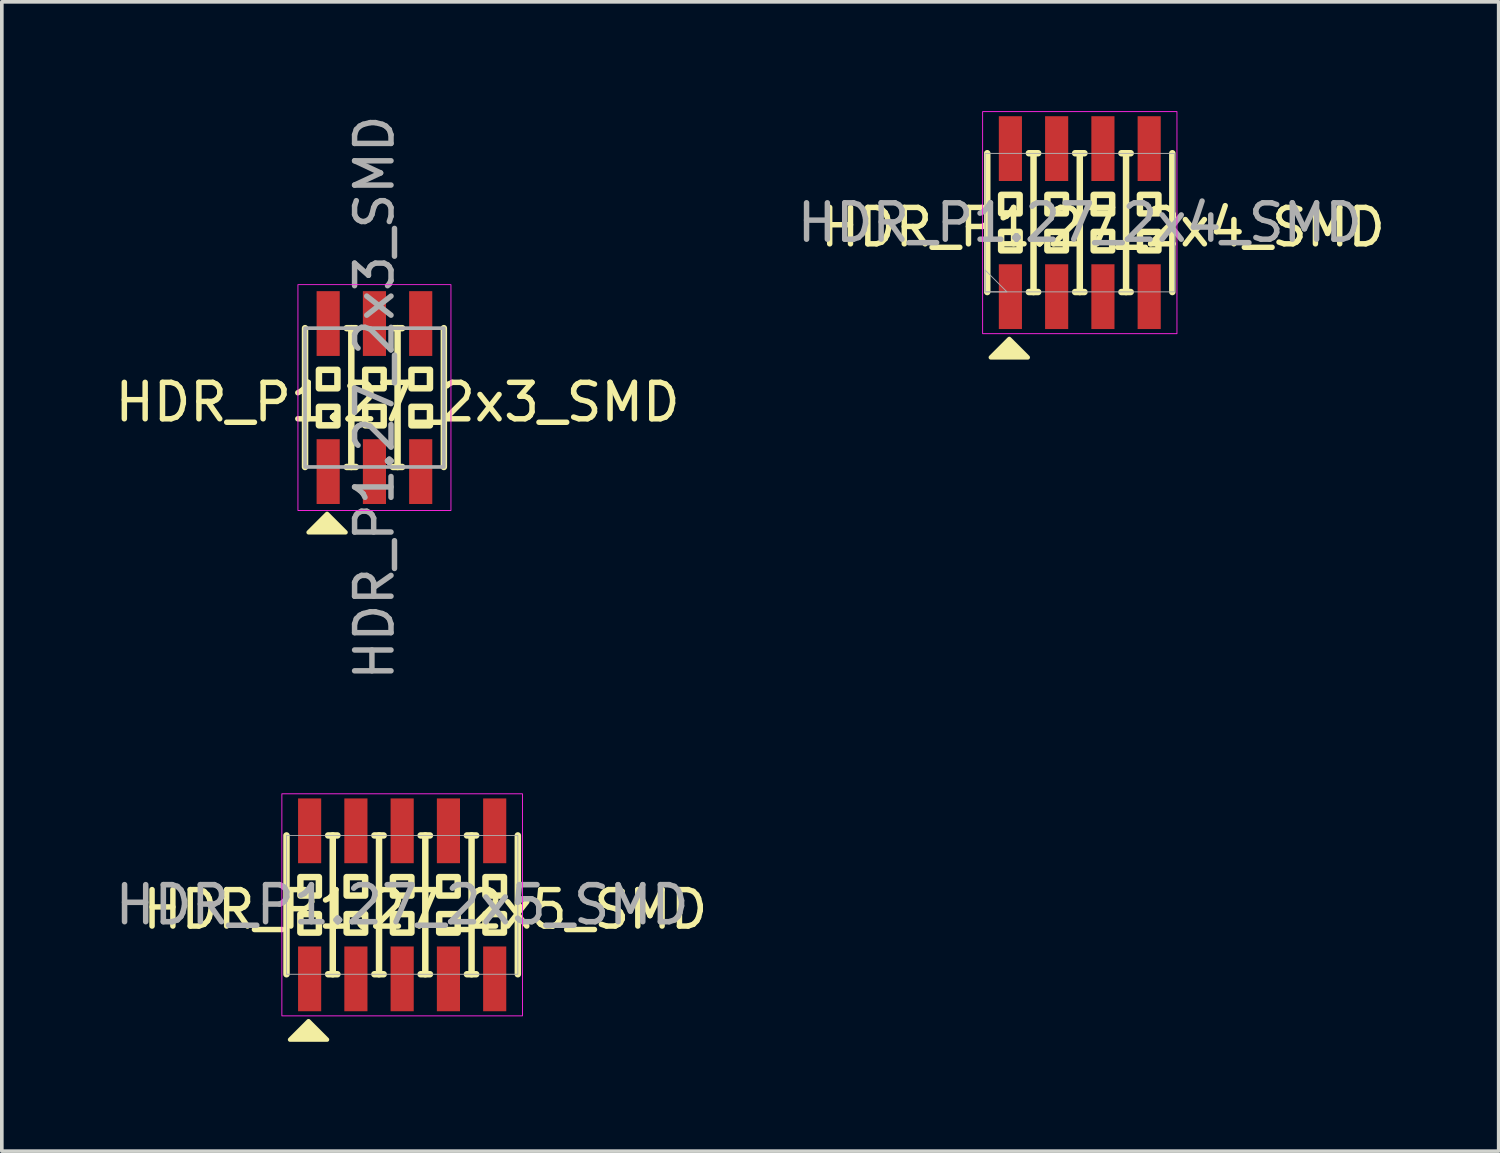
<source format=kicad_pcb>
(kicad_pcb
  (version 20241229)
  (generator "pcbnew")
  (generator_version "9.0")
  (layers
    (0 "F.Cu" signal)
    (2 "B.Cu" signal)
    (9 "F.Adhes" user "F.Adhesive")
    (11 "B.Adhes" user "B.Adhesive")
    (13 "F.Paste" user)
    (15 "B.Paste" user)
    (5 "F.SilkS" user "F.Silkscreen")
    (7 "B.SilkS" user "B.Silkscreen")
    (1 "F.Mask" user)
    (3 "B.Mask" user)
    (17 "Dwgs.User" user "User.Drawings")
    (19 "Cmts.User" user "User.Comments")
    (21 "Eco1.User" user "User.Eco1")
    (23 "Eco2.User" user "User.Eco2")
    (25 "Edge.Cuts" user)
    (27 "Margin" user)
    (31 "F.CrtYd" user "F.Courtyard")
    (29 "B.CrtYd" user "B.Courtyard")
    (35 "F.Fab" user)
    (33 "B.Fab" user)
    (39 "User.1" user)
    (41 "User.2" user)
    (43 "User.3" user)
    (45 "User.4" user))
  (footprint "HDR_P1.27_2x5_SMD"
    (layer "F.Cu")
    (at 7.989 21.787)
    (property "Reference" "HDR_P1.27_2x5_SMD" (at 0.635 0.127 0) (layer "F.SilkS") (effects (font (size 1 1) (thickness 0.15))))
    (attr smd)
    (fp_line (start -3.175 1.905) (end -3.175 -1.905) (stroke (width 0.178) (type solid)) (layer "F.SilkS"))
    (fp_line (start -2.032 -1.905) (end -1.778 -1.905) (stroke (width 0.178) (type solid)) (layer "F.SilkS"))
    (fp_line (start -2.032 1.905) (end -1.778 1.905) (stroke (width 0.178) (type solid)) (layer "F.SilkS"))
    (fp_line (start -1.905 1.905) (end -1.905 -1.905) (stroke (width 0.178) (type solid)) (layer "F.SilkS"))
    (fp_line (start -0.762 -1.905) (end -0.508 -1.905) (stroke (width 0.178) (type solid)) (layer "F.SilkS"))
    (fp_line (start -0.762 1.905) (end -0.508 1.905) (stroke (width 0.178) (type solid)) (layer "F.SilkS"))
    (fp_line (start -0.635 1.905) (end -0.635 -1.905) (stroke (width 0.178) (type solid)) (layer "F.SilkS"))
    (fp_line (start 0.508 -1.905) (end 0.762 -1.905) (stroke (width 0.178) (type solid)) (layer "F.SilkS"))
    (fp_line (start 0.508 1.905) (end 0.762 1.905) (stroke (width 0.178) (type solid)) (layer "F.SilkS"))
    (fp_line (start 0.635 1.905) (end 0.635 -1.905) (stroke (width 0.178) (type solid)) (layer "F.SilkS"))
    (fp_line (start 1.778 -1.905) (end 2.032 -1.905) (stroke (width 0.178) (type solid)) (layer "F.SilkS"))
    (fp_line (start 1.778 1.905) (end 2.032 1.905) (stroke (width 0.178) (type solid)) (layer "F.SilkS"))
    (fp_line (start 1.905 1.905) (end 1.905 -1.905) (stroke (width 0.178) (type solid)) (layer "F.SilkS"))
    (fp_line (start 3.175 1.905) (end 3.175 -1.905) (stroke (width 0.178) (type solid)) (layer "F.SilkS"))
    (fp_rect (start -2.794 -0.762) (end -2.286 -0.254) (stroke (width 0.178) (type solid)) (fill no) (layer "F.SilkS"))
    (fp_rect (start -2.794 0.254) (end -2.286 0.762) (stroke (width 0.178) (type solid)) (fill no) (layer "F.SilkS"))
    (fp_rect (start -1.524 -0.762) (end -1.016 -0.254) (stroke (width 0.178) (type solid)) (fill no) (layer "F.SilkS"))
    (fp_rect (start -1.524 0.254) (end -1.016 0.762) (stroke (width 0.178) (type solid)) (fill no) (layer "F.SilkS"))
    (fp_rect (start -0.254 -0.762) (end 0.254 -0.254) (stroke (width 0.178) (type solid)) (fill no) (layer "F.SilkS"))
    (fp_rect (start -0.254 0.254) (end 0.254 0.762) (stroke (width 0.178) (type solid)) (fill no) (layer "F.SilkS"))
    (fp_rect (start 1.016 -0.762) (end 1.524 -0.254) (stroke (width 0.178) (type solid)) (fill no) (layer "F.SilkS"))
    (fp_rect (start 1.016 0.254) (end 1.524 0.762) (stroke (width 0.178) (type solid)) (fill no) (layer "F.SilkS"))
    (fp_rect (start 2.286 -0.762) (end 2.794 -0.254) (stroke (width 0.178) (type solid)) (fill no) (layer "F.SilkS"))
    (fp_rect (start 2.286 0.254) (end 2.794 0.762) (stroke (width 0.178) (type solid)) (fill no) (layer "F.SilkS"))
    (fp_poly (pts (xy -2.062 3.7) (xy -3.078 3.7) (xy -2.57 3.192)) (stroke (width 0.12) (type solid)) (fill yes) (layer "F.SilkS"))
    (fp_rect (start -3.302 -3.048) (end 3.302 3.048) (stroke (width 0.025) (type solid)) (fill no) (layer "F.CrtYd"))
    (fp_rect (start -3.175 -1.905) (end 3.175 1.905) (stroke (width 0.025) (type solid)) (fill no) (layer "F.Fab"))
    (fp_text user "${REFERENCE}" (at 0 0 180) (layer "F.Fab") (effects (font (size 1.016 1.016) (thickness 0.152))))
    (pad "1" smd rect (at -2.54 2.032) (size 0.635 1.778) (layers "F.Cu" "F.Mask" "F.Paste"))
    (pad "2" smd rect (at -2.54 -2.032) (size 0.635 1.778) (layers "F.Cu" "F.Mask" "F.Paste"))
    (pad "3" smd rect (at -1.27 2.032) (size 0.635 1.778) (layers "F.Cu" "F.Mask" "F.Paste"))
    (pad "4" smd rect (at -1.27 -2.032) (size 0.635 1.778) (layers "F.Cu" "F.Mask" "F.Paste"))
    (pad "5" smd rect (at 0 2.032) (size 0.635 1.778) (layers "F.Cu" "F.Mask" "F.Paste"))
    (pad "6" smd rect (at 0 -2.032) (size 0.635 1.778) (layers "F.Cu" "F.Mask" "F.Paste"))
    (pad "7" smd rect (at 1.27 2.032) (size 0.635 1.778) (layers "F.Cu" "F.Mask" "F.Paste"))
    (pad "8" smd rect (at 1.27 -2.032) (size 0.635 1.778) (layers "F.Cu" "F.Mask" "F.Paste"))
    (pad "9" smd rect (at 2.54 2.032) (size 0.635 1.778) (layers "F.Cu" "F.Mask" "F.Paste"))
    (pad "10" smd rect (at 2.54 -2.032) (size 0.635 1.778) (layers "F.Cu" "F.Mask" "F.Paste")))
  (footprint "HDR_P1.27_2x4_SMD"
    (layer "F.Cu")
    (at 26.589 3.061)
    (property "Reference" "HDR_P1.27_2x4_SMD" (at 0.635 0.127 0) (layer "F.SilkS") (effects (font (size 1 1) (thickness 0.15))))
    (attr smd)
    (fp_line (start -2.54 1.905) (end -2.54 -1.905) (stroke (width 0.178) (type solid)) (layer "F.SilkS"))
    (fp_line (start -1.397 -1.905) (end -1.143 -1.905) (stroke (width 0.178) (type solid)) (layer "F.SilkS"))
    (fp_line (start -1.397 1.905) (end -1.143 1.905) (stroke (width 0.178) (type solid)) (layer "F.SilkS"))
    (fp_line (start -1.27 1.905) (end -1.27 -1.905) (stroke (width 0.178) (type solid)) (layer "F.SilkS"))
    (fp_line (start -0.127 -1.905) (end 0.127 -1.905) (stroke (width 0.178) (type solid)) (layer "F.SilkS"))
    (fp_line (start -0.127 1.905) (end 0.127 1.905) (stroke (width 0.178) (type solid)) (layer "F.SilkS"))
    (fp_line (start 0 1.905) (end 0 -1.905) (stroke (width 0.178) (type solid)) (layer "F.SilkS"))
    (fp_line (start 1.143 -1.905) (end 1.397 -1.905) (stroke (width 0.178) (type solid)) (layer "F.SilkS"))
    (fp_line (start 1.143 1.905) (end 1.397 1.905) (stroke (width 0.178) (type solid)) (layer "F.SilkS"))
    (fp_line (start 1.27 1.905) (end 1.27 -1.905) (stroke (width 0.178) (type solid)) (layer "F.SilkS"))
    (fp_line (start 2.54 1.905) (end 2.54 -1.905) (stroke (width 0.178) (type solid)) (layer "F.SilkS"))
    (fp_rect (start -2.159 -0.762) (end -1.651 -0.254) (stroke (width 0.178) (type solid)) (fill no) (layer "F.SilkS"))
    (fp_rect (start -2.159 0.254) (end -1.651 0.762) (stroke (width 0.178) (type solid)) (fill no) (layer "F.SilkS"))
    (fp_rect (start -0.889 -0.762) (end -0.381 -0.254) (stroke (width 0.178) (type solid)) (fill no) (layer "F.SilkS"))
    (fp_rect (start -0.889 0.254) (end -0.381 0.762) (stroke (width 0.178) (type solid)) (fill no) (layer "F.SilkS"))
    (fp_rect (start 0.381 -0.762) (end 0.889 -0.254) (stroke (width 0.178) (type solid)) (fill no) (layer "F.SilkS"))
    (fp_rect (start 0.381 0.254) (end 0.889 0.762) (stroke (width 0.178) (type solid)) (fill no) (layer "F.SilkS"))
    (fp_rect (start 1.651 -0.762) (end 2.159 -0.254) (stroke (width 0.178) (type solid)) (fill no) (layer "F.SilkS"))
    (fp_rect (start 1.651 0.254) (end 2.159 0.762) (stroke (width 0.178) (type solid)) (fill no) (layer "F.SilkS"))
    (fp_poly (pts (xy -1.427 3.7) (xy -2.443 3.7) (xy -1.935 3.192)) (stroke (width 0.12) (type solid)) (fill yes) (layer "F.SilkS"))
    (fp_rect (start -2.667 -3.048) (end 2.667 3.048) (stroke (width 0.025) (type solid)) (fill no) (layer "F.CrtYd"))
    (fp_rect (start -2.6 -1.9) (end 2.6 1.9) (stroke (width 0.025) (type solid)) (fill no) (layer "F.Fab"))
    (fp_poly (pts (xy -2.6 1.9) (xy -2.6 1.3) (xy -2 1.9)) (stroke (width 0.025) (type solid)) (fill no) (layer "F.Fab"))
    (fp_text user "${REFERENCE}" (at 0 0 180) (layer "F.Fab") (effects (font (size 1 1) (thickness 0.15))))
    (pad "1" smd rect (at -1.905 2.032) (size 0.635 1.778) (layers "F.Cu" "F.Mask" "F.Paste"))
    (pad "2" smd rect (at -1.905 -2.032) (size 0.635 1.778) (layers "F.Cu" "F.Mask" "F.Paste"))
    (pad "3" smd rect (at -0.635 2.032) (size 0.635 1.778) (layers "F.Cu" "F.Mask" "F.Paste"))
    (pad "4" smd rect (at -0.635 -2.032) (size 0.635 1.778) (layers "F.Cu" "F.Mask" "F.Paste"))
    (pad "5" smd rect (at 0.635 2.032) (size 0.635 1.778) (layers "F.Cu" "F.Mask" "F.Paste"))
    (pad "6" smd rect (at 0.635 -2.032) (size 0.635 1.778) (layers "F.Cu" "F.Mask" "F.Paste"))
    (pad "7" smd rect (at 1.905 2.032) (size 0.635 1.778) (layers "F.Cu" "F.Mask" "F.Paste"))
    (pad "8" smd rect (at 1.905 -2.032) (size 0.635 1.778) (layers "F.Cu" "F.Mask" "F.Paste")))
  (footprint "HDR_P1.27_2x3_SMD"
    (layer "F.Cu")
    (at 7.228 7.863)
    (property "Reference" "HDR_P1.27_2x3_SMD" (at 0.635 0.127 0) (layer "F.SilkS") (effects (font (size 1 1) (thickness 0.15))))
    (attr smd)
    (fp_line (start -1.905 1.905) (end -1.905 -1.905) (stroke (width 0.178) (type solid)) (layer "F.SilkS"))
    (fp_line (start -0.762 -1.905) (end -0.508 -1.905) (stroke (width 0.178) (type solid)) (layer "F.SilkS"))
    (fp_line (start -0.762 1.905) (end -0.508 1.905) (stroke (width 0.178) (type solid)) (layer "F.SilkS"))
    (fp_line (start -0.635 1.905) (end -0.635 -1.905) (stroke (width 0.178) (type solid)) (layer "F.SilkS"))
    (fp_line (start 0.508 -1.905) (end 0.762 -1.905) (stroke (width 0.178) (type solid)) (layer "F.SilkS"))
    (fp_line (start 0.508 1.905) (end 0.762 1.905) (stroke (width 0.178) (type solid)) (layer "F.SilkS"))
    (fp_line (start 0.635 1.905) (end 0.635 -1.905) (stroke (width 0.178) (type solid)) (layer "F.SilkS"))
    (fp_line (start 1.905 1.905) (end 1.905 -1.905) (stroke (width 0.178) (type solid)) (layer "F.SilkS"))
    (fp_rect (start -1.524 -0.762) (end -1.016 -0.254) (stroke (width 0.178) (type solid)) (fill no) (layer "F.SilkS"))
    (fp_rect (start -1.524 0.254) (end -1.016 0.762) (stroke (width 0.178) (type solid)) (fill no) (layer "F.SilkS"))
    (fp_rect (start -0.254 -0.762) (end 0.254 -0.254) (stroke (width 0.178) (type solid)) (fill no) (layer "F.SilkS"))
    (fp_rect (start -0.254 0.254) (end 0.254 0.762) (stroke (width 0.178) (type solid)) (fill no) (layer "F.SilkS"))
    (fp_rect (start 1.016 -0.762) (end 1.524 -0.254) (stroke (width 0.178) (type solid)) (fill no) (layer "F.SilkS"))
    (fp_rect (start 1.016 0.254) (end 1.524 0.762) (stroke (width 0.178) (type solid)) (fill no) (layer "F.SilkS"))
    (fp_poly (pts (xy -0.792 3.7) (xy -1.808 3.7) (xy -1.3 3.192)) (stroke (width 0.12) (type solid)) (fill yes) (layer "F.SilkS"))
    (fp_rect (start -2.1 -3.1) (end 2.1 3.1) (stroke (width 0.025) (type solid)) (fill no) (layer "F.CrtYd"))
    (fp_rect (start -1.905 -1.905) (end 1.905 1.905) (stroke (width 0.1) (type solid)) (fill no) (layer "F.Fab"))
    (fp_text user "${REFERENCE}" (at 0 0 90) (layer "F.Fab") (effects (font (size 1 1) (thickness 0.15))))
    (pad "1" smd rect (at -1.27 2.032) (size 0.635 1.778) (layers "F.Cu" "F.Mask" "F.Paste"))
    (pad "2" smd rect (at -1.27 -2.032) (size 0.635 1.778) (layers "F.Cu" "F.Mask" "F.Paste"))
    (pad "3" smd rect (at 0 2.032) (size 0.635 1.778) (layers "F.Cu" "F.Mask" "F.Paste"))
    (pad "4" smd rect (at 0 -2.032) (size 0.635 1.778) (layers "F.Cu" "F.Mask" "F.Paste"))
    (pad "5" smd rect (at 1.27 2.032) (size 0.635 1.778) (layers "F.Cu" "F.Mask" "F.Paste"))
    (pad "6" smd rect (at 1.27 -2.032) (size 0.635 1.778) (layers "F.Cu" "F.Mask" "F.Paste")))
  (gr_rect
    (start -3 -3)
    (end 38.087 28.547)
    (stroke (width 0.1) (type default))
    (fill no)
    (layer "Edge.Cuts")))
</source>
